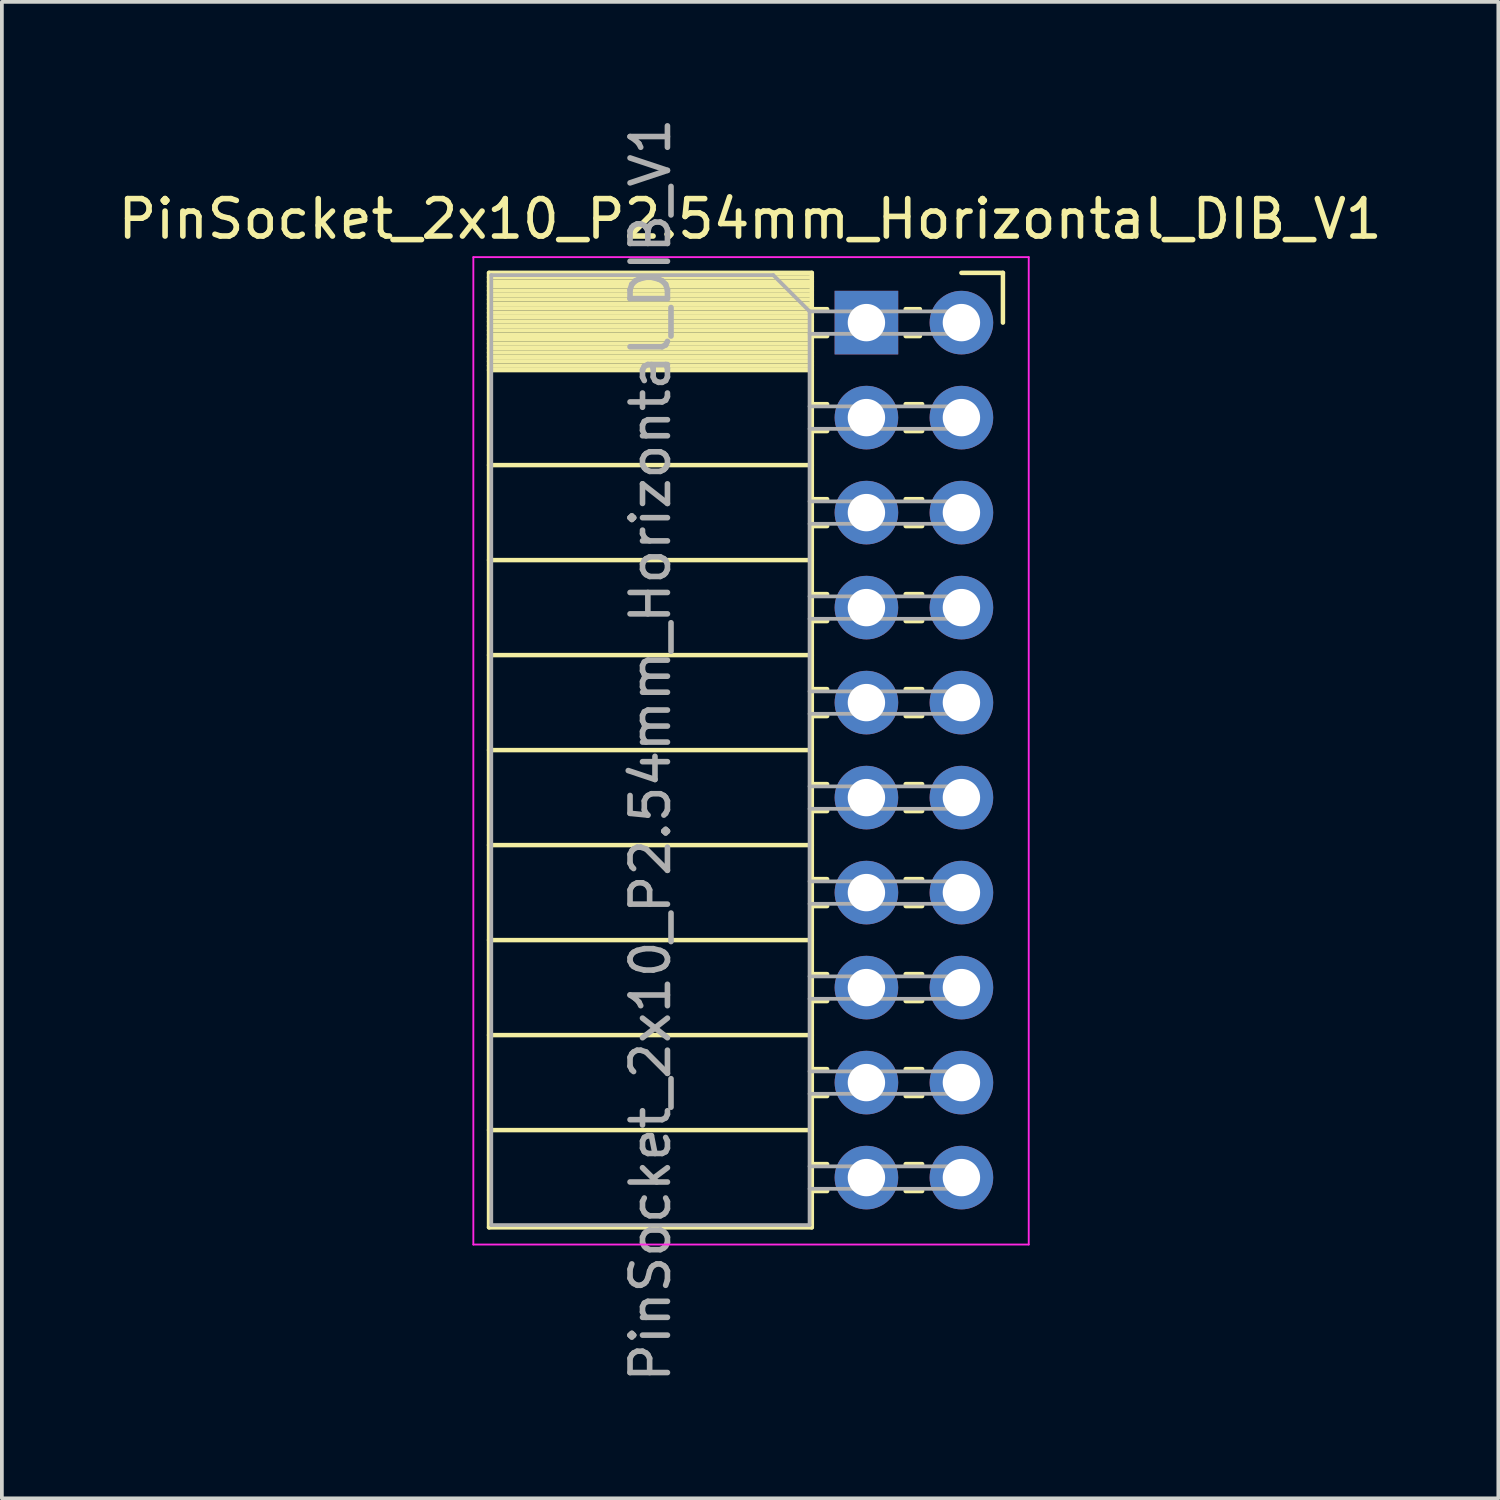
<source format=kicad_pcb>
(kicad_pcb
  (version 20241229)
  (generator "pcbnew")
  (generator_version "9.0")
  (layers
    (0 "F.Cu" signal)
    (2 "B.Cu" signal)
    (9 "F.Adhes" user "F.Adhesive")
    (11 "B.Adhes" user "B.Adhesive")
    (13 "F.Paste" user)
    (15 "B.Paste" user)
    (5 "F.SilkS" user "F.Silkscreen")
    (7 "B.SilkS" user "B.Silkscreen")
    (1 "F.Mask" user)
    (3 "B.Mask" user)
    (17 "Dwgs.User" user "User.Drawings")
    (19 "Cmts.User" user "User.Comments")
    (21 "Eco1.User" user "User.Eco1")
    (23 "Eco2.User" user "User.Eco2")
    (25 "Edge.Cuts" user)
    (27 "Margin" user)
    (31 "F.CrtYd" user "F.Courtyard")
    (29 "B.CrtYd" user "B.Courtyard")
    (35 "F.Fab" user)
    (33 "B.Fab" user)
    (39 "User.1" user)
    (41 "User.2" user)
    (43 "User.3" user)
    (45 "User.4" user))
  (footprint "PinSocket_2x10_P2.54mm_Horizontal_DIB_V1"
    (layer "F.Cu")
    (at 22.656 5.576)
    (property "Reference" "PinSocket_2x10_P2.54mm_Horizontal_DIB_V1" (at -5.65 -2.77 0) (layer "F.SilkS") (effects (font (size 1 1) (thickness 0.15))))
    (attr through_hole)
    (fp_line (start -12.63 -1.33) (end -12.63 24.19) (stroke (width 0.12) (type solid)) (layer "F.SilkS"))
    (fp_line (start -12.63 -1.33) (end -4 -1.33) (stroke (width 0.12) (type solid)) (layer "F.SilkS"))
    (fp_line (start -12.63 -1.21) (end -4 -1.21) (stroke (width 0.12) (type solid)) (layer "F.SilkS"))
    (fp_line (start -12.63 -1.092) (end -4 -1.092) (stroke (width 0.12) (type solid)) (layer "F.SilkS"))
    (fp_line (start -12.63 -0.974) (end -4 -0.974) (stroke (width 0.12) (type solid)) (layer "F.SilkS"))
    (fp_line (start -12.63 -0.856) (end -4 -0.856) (stroke (width 0.12) (type solid)) (layer "F.SilkS"))
    (fp_line (start -12.63 -0.738) (end -4 -0.738) (stroke (width 0.12) (type solid)) (layer "F.SilkS"))
    (fp_line (start -12.63 -0.62) (end -4 -0.62) (stroke (width 0.12) (type solid)) (layer "F.SilkS"))
    (fp_line (start -12.63 -0.501) (end -4 -0.501) (stroke (width 0.12) (type solid)) (layer "F.SilkS"))
    (fp_line (start -12.63 -0.383) (end -4 -0.383) (stroke (width 0.12) (type solid)) (layer "F.SilkS"))
    (fp_line (start -12.63 -0.265) (end -4 -0.265) (stroke (width 0.12) (type solid)) (layer "F.SilkS"))
    (fp_line (start -12.63 -0.147) (end -4 -0.147) (stroke (width 0.12) (type solid)) (layer "F.SilkS"))
    (fp_line (start -12.63 -0.029) (end -4 -0.029) (stroke (width 0.12) (type solid)) (layer "F.SilkS"))
    (fp_line (start -12.63 0.089) (end -4 0.089) (stroke (width 0.12) (type solid)) (layer "F.SilkS"))
    (fp_line (start -12.63 0.207) (end -4 0.207) (stroke (width 0.12) (type solid)) (layer "F.SilkS"))
    (fp_line (start -12.63 0.325) (end -4 0.325) (stroke (width 0.12) (type solid)) (layer "F.SilkS"))
    (fp_line (start -12.63 0.443) (end -4 0.443) (stroke (width 0.12) (type solid)) (layer "F.SilkS"))
    (fp_line (start -12.63 0.561) (end -4 0.561) (stroke (width 0.12) (type solid)) (layer "F.SilkS"))
    (fp_line (start -12.63 0.68) (end -4 0.68) (stroke (width 0.12) (type solid)) (layer "F.SilkS"))
    (fp_line (start -12.63 0.798) (end -4 0.798) (stroke (width 0.12) (type solid)) (layer "F.SilkS"))
    (fp_line (start -12.63 0.916) (end -4 0.916) (stroke (width 0.12) (type solid)) (layer "F.SilkS"))
    (fp_line (start -12.63 1.034) (end -4 1.034) (stroke (width 0.12) (type solid)) (layer "F.SilkS"))
    (fp_line (start -12.63 1.152) (end -4 1.152) (stroke (width 0.12) (type solid)) (layer "F.SilkS"))
    (fp_line (start -12.63 1.27) (end -4 1.27) (stroke (width 0.12) (type solid)) (layer "F.SilkS"))
    (fp_line (start -12.63 3.81) (end -4 3.81) (stroke (width 0.12) (type solid)) (layer "F.SilkS"))
    (fp_line (start -12.63 6.35) (end -4 6.35) (stroke (width 0.12) (type solid)) (layer "F.SilkS"))
    (fp_line (start -12.63 8.89) (end -4 8.89) (stroke (width 0.12) (type solid)) (layer "F.SilkS"))
    (fp_line (start -12.63 11.43) (end -4 11.43) (stroke (width 0.12) (type solid)) (layer "F.SilkS"))
    (fp_line (start -12.63 13.97) (end -4 13.97) (stroke (width 0.12) (type solid)) (layer "F.SilkS"))
    (fp_line (start -12.63 16.51) (end -4 16.51) (stroke (width 0.12) (type solid)) (layer "F.SilkS"))
    (fp_line (start -12.63 19.05) (end -4 19.05) (stroke (width 0.12) (type solid)) (layer "F.SilkS"))
    (fp_line (start -12.63 21.59) (end -4 21.59) (stroke (width 0.12) (type solid)) (layer "F.SilkS"))
    (fp_line (start -12.63 24.19) (end -4 24.19) (stroke (width 0.12) (type solid)) (layer "F.SilkS"))
    (fp_line (start -4 -1.33) (end -4 24.19) (stroke (width 0.12) (type solid)) (layer "F.SilkS"))
    (fp_line (start -4 -0.36) (end -3.59 -0.36) (stroke (width 0.12) (type solid)) (layer "F.SilkS"))
    (fp_line (start -4 0.36) (end -3.59 0.36) (stroke (width 0.12) (type solid)) (layer "F.SilkS"))
    (fp_line (start -4 2.18) (end -3.59 2.18) (stroke (width 0.12) (type solid)) (layer "F.SilkS"))
    (fp_line (start -4 2.9) (end -3.59 2.9) (stroke (width 0.12) (type solid)) (layer "F.SilkS"))
    (fp_line (start -4 4.72) (end -3.59 4.72) (stroke (width 0.12) (type solid)) (layer "F.SilkS"))
    (fp_line (start -4 5.44) (end -3.59 5.44) (stroke (width 0.12) (type solid)) (layer "F.SilkS"))
    (fp_line (start -4 7.26) (end -3.59 7.26) (stroke (width 0.12) (type solid)) (layer "F.SilkS"))
    (fp_line (start -4 7.98) (end -3.59 7.98) (stroke (width 0.12) (type solid)) (layer "F.SilkS"))
    (fp_line (start -4 9.8) (end -3.59 9.8) (stroke (width 0.12) (type solid)) (layer "F.SilkS"))
    (fp_line (start -4 10.52) (end -3.59 10.52) (stroke (width 0.12) (type solid)) (layer "F.SilkS"))
    (fp_line (start -4 12.34) (end -3.59 12.34) (stroke (width 0.12) (type solid)) (layer "F.SilkS"))
    (fp_line (start -4 13.06) (end -3.59 13.06) (stroke (width 0.12) (type solid)) (layer "F.SilkS"))
    (fp_line (start -4 14.88) (end -3.59 14.88) (stroke (width 0.12) (type solid)) (layer "F.SilkS"))
    (fp_line (start -4 15.6) (end -3.59 15.6) (stroke (width 0.12) (type solid)) (layer "F.SilkS"))
    (fp_line (start -4 17.42) (end -3.59 17.42) (stroke (width 0.12) (type solid)) (layer "F.SilkS"))
    (fp_line (start -4 18.14) (end -3.59 18.14) (stroke (width 0.12) (type solid)) (layer "F.SilkS"))
    (fp_line (start -4 19.96) (end -3.59 19.96) (stroke (width 0.12) (type solid)) (layer "F.SilkS"))
    (fp_line (start -4 20.68) (end -3.59 20.68) (stroke (width 0.12) (type solid)) (layer "F.SilkS"))
    (fp_line (start -4 22.5) (end -3.59 22.5) (stroke (width 0.12) (type solid)) (layer "F.SilkS"))
    (fp_line (start -4 23.22) (end -3.59 23.22) (stroke (width 0.12) (type solid)) (layer "F.SilkS"))
    (fp_line (start -1.49 -0.36) (end -1.11 -0.36) (stroke (width 0.12) (type solid)) (layer "F.SilkS"))
    (fp_line (start -1.49 0.36) (end -1.11 0.36) (stroke (width 0.12) (type solid)) (layer "F.SilkS"))
    (fp_line (start -1.49 2.18) (end -1.05 2.18) (stroke (width 0.12) (type solid)) (layer "F.SilkS"))
    (fp_line (start -1.49 2.9) (end -1.05 2.9) (stroke (width 0.12) (type solid)) (layer "F.SilkS"))
    (fp_line (start -1.49 4.72) (end -1.05 4.72) (stroke (width 0.12) (type solid)) (layer "F.SilkS"))
    (fp_line (start -1.49 5.44) (end -1.05 5.44) (stroke (width 0.12) (type solid)) (layer "F.SilkS"))
    (fp_line (start -1.49 7.26) (end -1.05 7.26) (stroke (width 0.12) (type solid)) (layer "F.SilkS"))
    (fp_line (start -1.49 7.98) (end -1.05 7.98) (stroke (width 0.12) (type solid)) (layer "F.SilkS"))
    (fp_line (start -1.49 9.8) (end -1.05 9.8) (stroke (width 0.12) (type solid)) (layer "F.SilkS"))
    (fp_line (start -1.49 10.52) (end -1.05 10.52) (stroke (width 0.12) (type solid)) (layer "F.SilkS"))
    (fp_line (start -1.49 12.34) (end -1.05 12.34) (stroke (width 0.12) (type solid)) (layer "F.SilkS"))
    (fp_line (start -1.49 13.06) (end -1.05 13.06) (stroke (width 0.12) (type solid)) (layer "F.SilkS"))
    (fp_line (start -1.49 14.88) (end -1.05 14.88) (stroke (width 0.12) (type solid)) (layer "F.SilkS"))
    (fp_line (start -1.49 15.6) (end -1.05 15.6) (stroke (width 0.12) (type solid)) (layer "F.SilkS"))
    (fp_line (start -1.49 17.42) (end -1.05 17.42) (stroke (width 0.12) (type solid)) (layer "F.SilkS"))
    (fp_line (start -1.49 18.14) (end -1.05 18.14) (stroke (width 0.12) (type solid)) (layer "F.SilkS"))
    (fp_line (start -1.49 19.96) (end -1.05 19.96) (stroke (width 0.12) (type solid)) (layer "F.SilkS"))
    (fp_line (start -1.49 20.68) (end -1.05 20.68) (stroke (width 0.12) (type solid)) (layer "F.SilkS"))
    (fp_line (start -1.49 22.5) (end -1.05 22.5) (stroke (width 0.12) (type solid)) (layer "F.SilkS"))
    (fp_line (start -1.49 23.22) (end -1.05 23.22) (stroke (width 0.12) (type solid)) (layer "F.SilkS"))
    (fp_line (start 0 -1.33) (end 1.11 -1.33) (stroke (width 0.12) (type solid)) (layer "F.SilkS"))
    (fp_line (start 1.11 -1.33) (end 1.11 0) (stroke (width 0.12) (type solid)) (layer "F.SilkS"))
    (fp_line (start -13.05 -1.75) (end -13.05 24.65) (stroke (width 0.05) (type solid)) (layer "F.CrtYd"))
    (fp_line (start -13.05 24.65) (end 1.8 24.65) (stroke (width 0.05) (type solid)) (layer "F.CrtYd"))
    (fp_line (start 1.8 -1.75) (end -13.05 -1.75) (stroke (width 0.05) (type solid)) (layer "F.CrtYd"))
    (fp_line (start 1.8 24.65) (end 1.8 -1.75) (stroke (width 0.05) (type solid)) (layer "F.CrtYd"))
    (fp_line (start -12.57 -1.27) (end -5.03 -1.27) (stroke (width 0.1) (type solid)) (layer "F.Fab"))
    (fp_line (start -12.57 24.13) (end -12.57 -1.27) (stroke (width 0.1) (type solid)) (layer "F.Fab"))
    (fp_line (start -5.03 -1.27) (end -4.06 -0.3) (stroke (width 0.1) (type solid)) (layer "F.Fab"))
    (fp_line (start -4.06 -0.3) (end -4.06 24.13) (stroke (width 0.1) (type solid)) (layer "F.Fab"))
    (fp_line (start -4.06 0.3) (end 0 0.3) (stroke (width 0.1) (type solid)) (layer "F.Fab"))
    (fp_line (start -4.06 2.84) (end 0 2.84) (stroke (width 0.1) (type solid)) (layer "F.Fab"))
    (fp_line (start -4.06 5.38) (end 0 5.38) (stroke (width 0.1) (type solid)) (layer "F.Fab"))
    (fp_line (start -4.06 7.92) (end 0 7.92) (stroke (width 0.1) (type solid)) (layer "F.Fab"))
    (fp_line (start -4.06 10.46) (end 0 10.46) (stroke (width 0.1) (type solid)) (layer "F.Fab"))
    (fp_line (start -4.06 13) (end 0 13) (stroke (width 0.1) (type solid)) (layer "F.Fab"))
    (fp_line (start -4.06 15.54) (end 0 15.54) (stroke (width 0.1) (type solid)) (layer "F.Fab"))
    (fp_line (start -4.06 18.08) (end 0 18.08) (stroke (width 0.1) (type solid)) (layer "F.Fab"))
    (fp_line (start -4.06 20.62) (end 0 20.62) (stroke (width 0.1) (type solid)) (layer "F.Fab"))
    (fp_line (start -4.06 23.16) (end 0 23.16) (stroke (width 0.1) (type solid)) (layer "F.Fab"))
    (fp_line (start -4.06 24.13) (end -12.57 24.13) (stroke (width 0.1) (type solid)) (layer "F.Fab"))
    (fp_line (start 0 -0.3) (end -4.06 -0.3) (stroke (width 0.1) (type solid)) (layer "F.Fab"))
    (fp_line (start 0 0.3) (end 0 -0.3) (stroke (width 0.1) (type solid)) (layer "F.Fab"))
    (fp_line (start 0 2.24) (end -4.06 2.24) (stroke (width 0.1) (type solid)) (layer "F.Fab"))
    (fp_line (start 0 2.84) (end 0 2.24) (stroke (width 0.1) (type solid)) (layer "F.Fab"))
    (fp_line (start 0 4.78) (end -4.06 4.78) (stroke (width 0.1) (type solid)) (layer "F.Fab"))
    (fp_line (start 0 5.38) (end 0 4.78) (stroke (width 0.1) (type solid)) (layer "F.Fab"))
    (fp_line (start 0 7.32) (end -4.06 7.32) (stroke (width 0.1) (type solid)) (layer "F.Fab"))
    (fp_line (start 0 7.92) (end 0 7.32) (stroke (width 0.1) (type solid)) (layer "F.Fab"))
    (fp_line (start 0 9.86) (end -4.06 9.86) (stroke (width 0.1) (type solid)) (layer "F.Fab"))
    (fp_line (start 0 10.46) (end 0 9.86) (stroke (width 0.1) (type solid)) (layer "F.Fab"))
    (fp_line (start 0 12.4) (end -4.06 12.4) (stroke (width 0.1) (type solid)) (layer "F.Fab"))
    (fp_line (start 0 13) (end 0 12.4) (stroke (width 0.1) (type solid)) (layer "F.Fab"))
    (fp_line (start 0 14.94) (end -4.06 14.94) (stroke (width 0.1) (type solid)) (layer "F.Fab"))
    (fp_line (start 0 15.54) (end 0 14.94) (stroke (width 0.1) (type solid)) (layer "F.Fab"))
    (fp_line (start 0 17.48) (end -4.06 17.48) (stroke (width 0.1) (type solid)) (layer "F.Fab"))
    (fp_line (start 0 18.08) (end 0 17.48) (stroke (width 0.1) (type solid)) (layer "F.Fab"))
    (fp_line (start 0 20.02) (end -4.06 20.02) (stroke (width 0.1) (type solid)) (layer "F.Fab"))
    (fp_line (start 0 20.62) (end 0 20.02) (stroke (width 0.1) (type solid)) (layer "F.Fab"))
    (fp_line (start 0 22.56) (end -4.06 22.56) (stroke (width 0.1) (type solid)) (layer "F.Fab"))
    (fp_line (start 0 23.16) (end 0 22.56) (stroke (width 0.1) (type solid)) (layer "F.Fab"))
    (fp_text user "${REFERENCE}" (at -8.315 11.43 90) (layer "F.Fab") (effects (font (size 1 1) (thickness 0.15))))
    (pad "1" thru_hole rect (at -2.54 0) (size 1.7 1.7) (drill 1) (layers "*.Cu" "*.Mask"))
    (pad "2" thru_hole oval (at 0 0) (size 1.7 1.7) (drill 1) (layers "*.Cu" "*.Mask"))
    (pad "3" thru_hole oval (at -2.54 2.54) (size 1.7 1.7) (drill 1) (layers "*.Cu" "*.Mask"))
    (pad "4" thru_hole oval (at 0 2.54) (size 1.7 1.7) (drill 1) (layers "*.Cu" "*.Mask"))
    (pad "5" thru_hole oval (at -2.54 5.08) (size 1.7 1.7) (drill 1) (layers "*.Cu" "*.Mask"))
    (pad "6" thru_hole oval (at 0 5.08) (size 1.7 1.7) (drill 1) (layers "*.Cu" "*.Mask"))
    (pad "7" thru_hole oval (at -2.54 7.62) (size 1.7 1.7) (drill 1) (layers "*.Cu" "*.Mask"))
    (pad "8" thru_hole oval (at 0 7.62) (size 1.7 1.7) (drill 1) (layers "*.Cu" "*.Mask"))
    (pad "9" thru_hole oval (at -2.54 10.16) (size 1.7 1.7) (drill 1) (layers "*.Cu" "*.Mask"))
    (pad "10" thru_hole oval (at 0 10.16) (size 1.7 1.7) (drill 1) (layers "*.Cu" "*.Mask"))
    (pad "11" thru_hole oval (at -2.54 12.7) (size 1.7 1.7) (drill 1) (layers "*.Cu" "*.Mask"))
    (pad "12" thru_hole oval (at 0 12.7) (size 1.7 1.7) (drill 1) (layers "*.Cu" "*.Mask"))
    (pad "13" thru_hole oval (at -2.54 15.24) (size 1.7 1.7) (drill 1) (layers "*.Cu" "*.Mask"))
    (pad "14" thru_hole oval (at 0 15.24) (size 1.7 1.7) (drill 1) (layers "*.Cu" "*.Mask"))
    (pad "15" thru_hole oval (at -2.54 17.78) (size 1.7 1.7) (drill 1) (layers "*.Cu" "*.Mask"))
    (pad "16" thru_hole oval (at 0 17.78) (size 1.7 1.7) (drill 1) (layers "*.Cu" "*.Mask"))
    (pad "17" thru_hole oval (at -2.54 20.32) (size 1.7 1.7) (drill 1) (layers "*.Cu" "*.Mask"))
    (pad "18" thru_hole oval (at 0 20.32) (size 1.7 1.7) (drill 1) (layers "*.Cu" "*.Mask"))
    (pad "19" thru_hole oval (at -2.54 22.86) (size 1.7 1.7) (drill 1) (layers "*.Cu" "*.Mask"))
    (pad "20" thru_hole oval (at 0 22.86) (size 1.7 1.7) (drill 1) (layers "*.Cu" "*.Mask")))
  (gr_rect
    (start -3 -3)
    (end 37.012 37.012)
    (stroke (width 0.1) (type default))
    (fill no)
    (layer "Edge.Cuts")))
</source>
